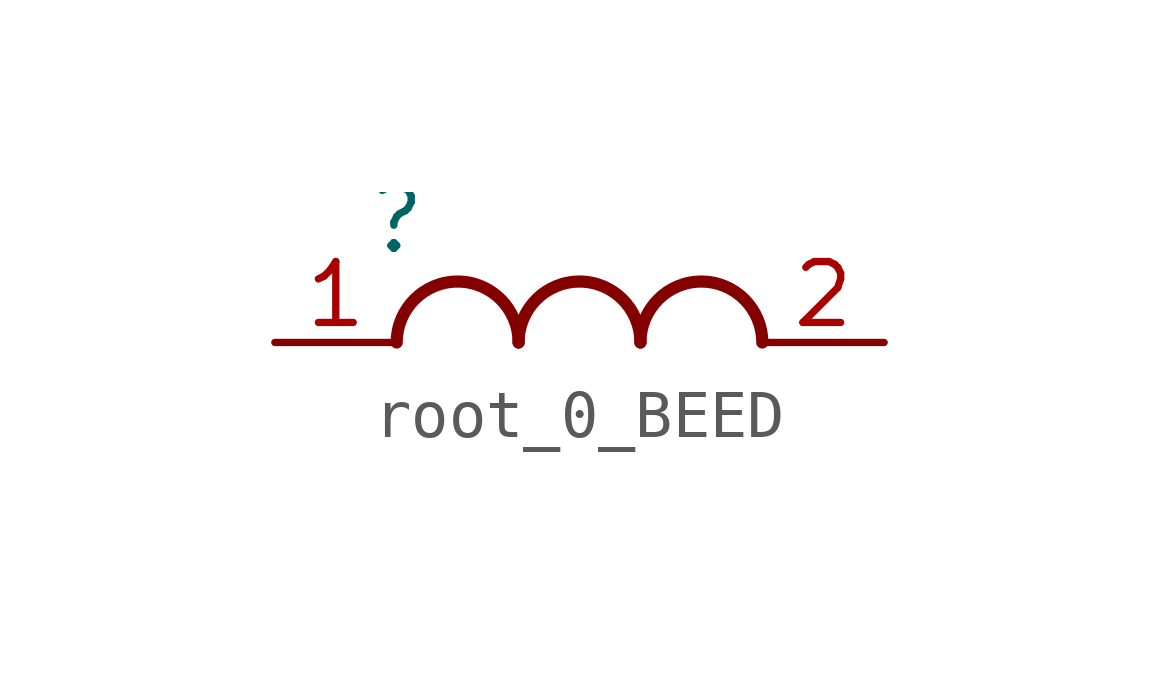
<source format=kicad_sym>
(kicad_symbol_lib
  (version 20231120)
  (generator "kicad_symbol_editor")
  (generator_version "8.0")
  (symbol "root_0_BEED"
    (property "Reference" ""
      (at 0 0 0)
      (effects (font (size 1.27 1.27))))
    (property "Value" ""
      (at 0 0 0)
      (effects (font (size 1.27 1.27))))
    (symbol "root_0_BEED_1_0"
      (arc (start 2.54 -2.54) (mid 1.27 -1.27) (end 0 -2.54) (stroke (width 0.254) (type solid)) (fill (type none)))
      (arc (start 5.08 -2.54) (mid 3.81 -1.27) (end 2.54 -2.54) (stroke (width 0.254) (type solid)) (fill (type none)))
      (arc (start 7.62 -2.54) (mid 6.35 -1.27) (end 5.08 -2.54) (stroke (width 0.254) (type solid)) (fill (type none)))
      (pin passive line (at -2.54 -2.54 0) (length 2.54) (name "1" (effects (font (size 0 0)))) (number "1" (effects (font (size 1.27 1.27)))))
      (pin passive line (at 10.16 -2.54 180) (length 2.54) (name "2" (effects (font (size 0 0)))) (number "2" (effects (font (size 1.27 1.27))))))))
</source>
